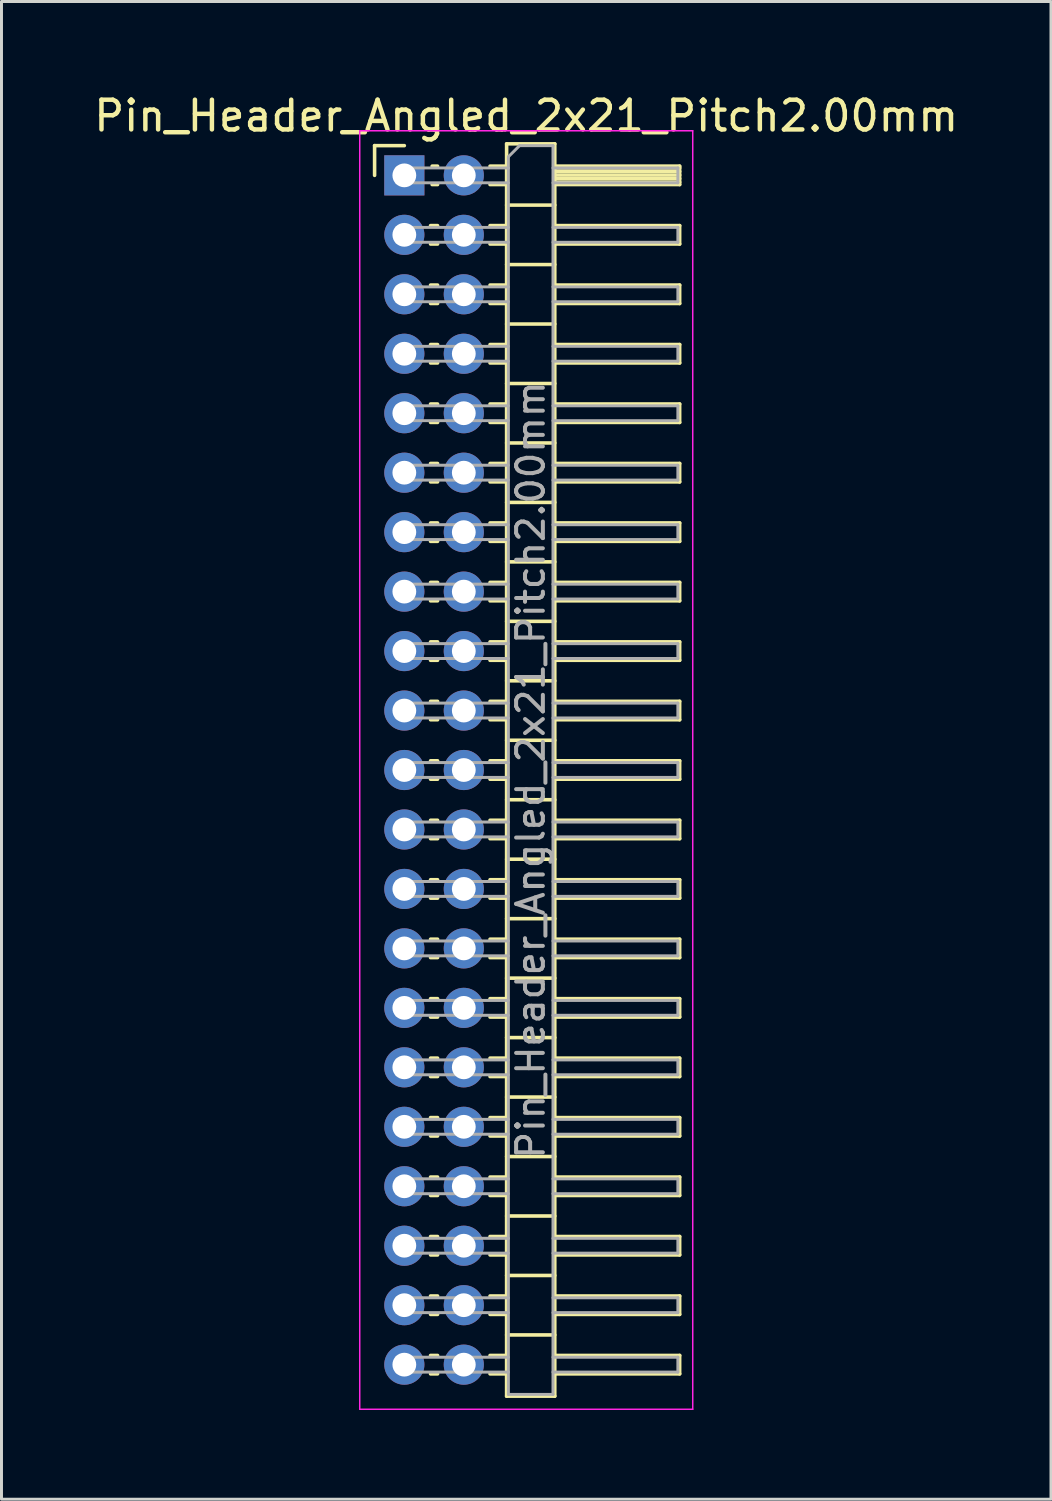
<source format=kicad_pcb>
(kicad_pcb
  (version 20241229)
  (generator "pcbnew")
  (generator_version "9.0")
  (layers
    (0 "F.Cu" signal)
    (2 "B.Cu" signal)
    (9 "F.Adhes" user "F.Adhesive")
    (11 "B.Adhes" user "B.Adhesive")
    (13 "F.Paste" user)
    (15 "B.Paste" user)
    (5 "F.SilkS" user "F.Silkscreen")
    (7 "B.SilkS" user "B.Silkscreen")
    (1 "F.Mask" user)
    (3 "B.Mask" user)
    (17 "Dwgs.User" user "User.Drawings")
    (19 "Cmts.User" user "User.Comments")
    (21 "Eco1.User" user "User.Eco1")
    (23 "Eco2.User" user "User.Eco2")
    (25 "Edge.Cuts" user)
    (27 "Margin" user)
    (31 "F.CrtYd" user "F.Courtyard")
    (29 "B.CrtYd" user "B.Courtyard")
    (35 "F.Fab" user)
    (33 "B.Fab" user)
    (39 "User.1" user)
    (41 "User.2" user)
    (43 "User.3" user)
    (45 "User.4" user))
  (footprint "Pin_Header_Angled_2x21_Pitch2.00mm"
    (layer "F.Cu")
    (at 10.549 2.848)
    (property "Reference" "Pin_Header_Angled_2x21_Pitch2.00mm" (at 4.1 -2 0) (layer "F.SilkS") (effects (font (size 1 1) (thickness 0.15))))
    (attr through_hole)
    (fp_line (start -1 -1) (end 0 -1) (stroke (width 0.12) (type solid)) (layer "F.SilkS"))
    (fp_line (start -1 0) (end -1 -1) (stroke (width 0.12) (type solid)) (layer "F.SilkS"))
    (fp_line (start 0.882 1.69) (end 1.118 1.69) (stroke (width 0.12) (type solid)) (layer "F.SilkS"))
    (fp_line (start 0.882 2.31) (end 1.118 2.31) (stroke (width 0.12) (type solid)) (layer "F.SilkS"))
    (fp_line (start 0.882 3.69) (end 1.118 3.69) (stroke (width 0.12) (type solid)) (layer "F.SilkS"))
    (fp_line (start 0.882 4.31) (end 1.118 4.31) (stroke (width 0.12) (type solid)) (layer "F.SilkS"))
    (fp_line (start 0.882 5.69) (end 1.118 5.69) (stroke (width 0.12) (type solid)) (layer "F.SilkS"))
    (fp_line (start 0.882 6.31) (end 1.118 6.31) (stroke (width 0.12) (type solid)) (layer "F.SilkS"))
    (fp_line (start 0.882 7.69) (end 1.118 7.69) (stroke (width 0.12) (type solid)) (layer "F.SilkS"))
    (fp_line (start 0.882 8.31) (end 1.118 8.31) (stroke (width 0.12) (type solid)) (layer "F.SilkS"))
    (fp_line (start 0.882 9.69) (end 1.118 9.69) (stroke (width 0.12) (type solid)) (layer "F.SilkS"))
    (fp_line (start 0.882 10.31) (end 1.118 10.31) (stroke (width 0.12) (type solid)) (layer "F.SilkS"))
    (fp_line (start 0.882 11.69) (end 1.118 11.69) (stroke (width 0.12) (type solid)) (layer "F.SilkS"))
    (fp_line (start 0.882 12.31) (end 1.118 12.31) (stroke (width 0.12) (type solid)) (layer "F.SilkS"))
    (fp_line (start 0.882 13.69) (end 1.118 13.69) (stroke (width 0.12) (type solid)) (layer "F.SilkS"))
    (fp_line (start 0.882 14.31) (end 1.118 14.31) (stroke (width 0.12) (type solid)) (layer "F.SilkS"))
    (fp_line (start 0.882 15.69) (end 1.118 15.69) (stroke (width 0.12) (type solid)) (layer "F.SilkS"))
    (fp_line (start 0.882 16.31) (end 1.118 16.31) (stroke (width 0.12) (type solid)) (layer "F.SilkS"))
    (fp_line (start 0.882 17.69) (end 1.118 17.69) (stroke (width 0.12) (type solid)) (layer "F.SilkS"))
    (fp_line (start 0.882 18.31) (end 1.118 18.31) (stroke (width 0.12) (type solid)) (layer "F.SilkS"))
    (fp_line (start 0.882 19.69) (end 1.118 19.69) (stroke (width 0.12) (type solid)) (layer "F.SilkS"))
    (fp_line (start 0.882 20.31) (end 1.118 20.31) (stroke (width 0.12) (type solid)) (layer "F.SilkS"))
    (fp_line (start 0.882 21.69) (end 1.118 21.69) (stroke (width 0.12) (type solid)) (layer "F.SilkS"))
    (fp_line (start 0.882 22.31) (end 1.118 22.31) (stroke (width 0.12) (type solid)) (layer "F.SilkS"))
    (fp_line (start 0.882 23.69) (end 1.118 23.69) (stroke (width 0.12) (type solid)) (layer "F.SilkS"))
    (fp_line (start 0.882 24.31) (end 1.118 24.31) (stroke (width 0.12) (type solid)) (layer "F.SilkS"))
    (fp_line (start 0.882 25.69) (end 1.118 25.69) (stroke (width 0.12) (type solid)) (layer "F.SilkS"))
    (fp_line (start 0.882 26.31) (end 1.118 26.31) (stroke (width 0.12) (type solid)) (layer "F.SilkS"))
    (fp_line (start 0.882 27.69) (end 1.118 27.69) (stroke (width 0.12) (type solid)) (layer "F.SilkS"))
    (fp_line (start 0.882 28.31) (end 1.118 28.31) (stroke (width 0.12) (type solid)) (layer "F.SilkS"))
    (fp_line (start 0.882 29.69) (end 1.118 29.69) (stroke (width 0.12) (type solid)) (layer "F.SilkS"))
    (fp_line (start 0.882 30.31) (end 1.118 30.31) (stroke (width 0.12) (type solid)) (layer "F.SilkS"))
    (fp_line (start 0.882 31.69) (end 1.118 31.69) (stroke (width 0.12) (type solid)) (layer "F.SilkS"))
    (fp_line (start 0.882 32.31) (end 1.118 32.31) (stroke (width 0.12) (type solid)) (layer "F.SilkS"))
    (fp_line (start 0.882 33.69) (end 1.118 33.69) (stroke (width 0.12) (type solid)) (layer "F.SilkS"))
    (fp_line (start 0.882 34.31) (end 1.118 34.31) (stroke (width 0.12) (type solid)) (layer "F.SilkS"))
    (fp_line (start 0.882 35.69) (end 1.118 35.69) (stroke (width 0.12) (type solid)) (layer "F.SilkS"))
    (fp_line (start 0.882 36.31) (end 1.118 36.31) (stroke (width 0.12) (type solid)) (layer "F.SilkS"))
    (fp_line (start 0.882 37.69) (end 1.118 37.69) (stroke (width 0.12) (type solid)) (layer "F.SilkS"))
    (fp_line (start 0.882 38.31) (end 1.118 38.31) (stroke (width 0.12) (type solid)) (layer "F.SilkS"))
    (fp_line (start 0.882 39.69) (end 1.118 39.69) (stroke (width 0.12) (type solid)) (layer "F.SilkS"))
    (fp_line (start 0.882 40.31) (end 1.118 40.31) (stroke (width 0.12) (type solid)) (layer "F.SilkS"))
    (fp_line (start 0.935 -0.31) (end 1.118 -0.31) (stroke (width 0.12) (type solid)) (layer "F.SilkS"))
    (fp_line (start 0.935 0.31) (end 1.118 0.31) (stroke (width 0.12) (type solid)) (layer "F.SilkS"))
    (fp_line (start 2.882 -0.31) (end 3.44 -0.31) (stroke (width 0.12) (type solid)) (layer "F.SilkS"))
    (fp_line (start 2.882 0.31) (end 3.44 0.31) (stroke (width 0.12) (type solid)) (layer "F.SilkS"))
    (fp_line (start 2.882 1.69) (end 3.44 1.69) (stroke (width 0.12) (type solid)) (layer "F.SilkS"))
    (fp_line (start 2.882 2.31) (end 3.44 2.31) (stroke (width 0.12) (type solid)) (layer "F.SilkS"))
    (fp_line (start 2.882 3.69) (end 3.44 3.69) (stroke (width 0.12) (type solid)) (layer "F.SilkS"))
    (fp_line (start 2.882 4.31) (end 3.44 4.31) (stroke (width 0.12) (type solid)) (layer "F.SilkS"))
    (fp_line (start 2.882 5.69) (end 3.44 5.69) (stroke (width 0.12) (type solid)) (layer "F.SilkS"))
    (fp_line (start 2.882 6.31) (end 3.44 6.31) (stroke (width 0.12) (type solid)) (layer "F.SilkS"))
    (fp_line (start 2.882 7.69) (end 3.44 7.69) (stroke (width 0.12) (type solid)) (layer "F.SilkS"))
    (fp_line (start 2.882 8.31) (end 3.44 8.31) (stroke (width 0.12) (type solid)) (layer "F.SilkS"))
    (fp_line (start 2.882 9.69) (end 3.44 9.69) (stroke (width 0.12) (type solid)) (layer "F.SilkS"))
    (fp_line (start 2.882 10.31) (end 3.44 10.31) (stroke (width 0.12) (type solid)) (layer "F.SilkS"))
    (fp_line (start 2.882 11.69) (end 3.44 11.69) (stroke (width 0.12) (type solid)) (layer "F.SilkS"))
    (fp_line (start 2.882 12.31) (end 3.44 12.31) (stroke (width 0.12) (type solid)) (layer "F.SilkS"))
    (fp_line (start 2.882 13.69) (end 3.44 13.69) (stroke (width 0.12) (type solid)) (layer "F.SilkS"))
    (fp_line (start 2.882 14.31) (end 3.44 14.31) (stroke (width 0.12) (type solid)) (layer "F.SilkS"))
    (fp_line (start 2.882 15.69) (end 3.44 15.69) (stroke (width 0.12) (type solid)) (layer "F.SilkS"))
    (fp_line (start 2.882 16.31) (end 3.44 16.31) (stroke (width 0.12) (type solid)) (layer "F.SilkS"))
    (fp_line (start 2.882 17.69) (end 3.44 17.69) (stroke (width 0.12) (type solid)) (layer "F.SilkS"))
    (fp_line (start 2.882 18.31) (end 3.44 18.31) (stroke (width 0.12) (type solid)) (layer "F.SilkS"))
    (fp_line (start 2.882 19.69) (end 3.44 19.69) (stroke (width 0.12) (type solid)) (layer "F.SilkS"))
    (fp_line (start 2.882 20.31) (end 3.44 20.31) (stroke (width 0.12) (type solid)) (layer "F.SilkS"))
    (fp_line (start 2.882 21.69) (end 3.44 21.69) (stroke (width 0.12) (type solid)) (layer "F.SilkS"))
    (fp_line (start 2.882 22.31) (end 3.44 22.31) (stroke (width 0.12) (type solid)) (layer "F.SilkS"))
    (fp_line (start 2.882 23.69) (end 3.44 23.69) (stroke (width 0.12) (type solid)) (layer "F.SilkS"))
    (fp_line (start 2.882 24.31) (end 3.44 24.31) (stroke (width 0.12) (type solid)) (layer "F.SilkS"))
    (fp_line (start 2.882 25.69) (end 3.44 25.69) (stroke (width 0.12) (type solid)) (layer "F.SilkS"))
    (fp_line (start 2.882 26.31) (end 3.44 26.31) (stroke (width 0.12) (type solid)) (layer "F.SilkS"))
    (fp_line (start 2.882 27.69) (end 3.44 27.69) (stroke (width 0.12) (type solid)) (layer "F.SilkS"))
    (fp_line (start 2.882 28.31) (end 3.44 28.31) (stroke (width 0.12) (type solid)) (layer "F.SilkS"))
    (fp_line (start 2.882 29.69) (end 3.44 29.69) (stroke (width 0.12) (type solid)) (layer "F.SilkS"))
    (fp_line (start 2.882 30.31) (end 3.44 30.31) (stroke (width 0.12) (type solid)) (layer "F.SilkS"))
    (fp_line (start 2.882 31.69) (end 3.44 31.69) (stroke (width 0.12) (type solid)) (layer "F.SilkS"))
    (fp_line (start 2.882 32.31) (end 3.44 32.31) (stroke (width 0.12) (type solid)) (layer "F.SilkS"))
    (fp_line (start 2.882 33.69) (end 3.44 33.69) (stroke (width 0.12) (type solid)) (layer "F.SilkS"))
    (fp_line (start 2.882 34.31) (end 3.44 34.31) (stroke (width 0.12) (type solid)) (layer "F.SilkS"))
    (fp_line (start 2.882 35.69) (end 3.44 35.69) (stroke (width 0.12) (type solid)) (layer "F.SilkS"))
    (fp_line (start 2.882 36.31) (end 3.44 36.31) (stroke (width 0.12) (type solid)) (layer "F.SilkS"))
    (fp_line (start 2.882 37.69) (end 3.44 37.69) (stroke (width 0.12) (type solid)) (layer "F.SilkS"))
    (fp_line (start 2.882 38.31) (end 3.44 38.31) (stroke (width 0.12) (type solid)) (layer "F.SilkS"))
    (fp_line (start 2.882 39.69) (end 3.44 39.69) (stroke (width 0.12) (type solid)) (layer "F.SilkS"))
    (fp_line (start 2.882 40.31) (end 3.44 40.31) (stroke (width 0.12) (type solid)) (layer "F.SilkS"))
    (fp_line (start 3.44 -1.06) (end 3.44 41.06) (stroke (width 0.12) (type solid)) (layer "F.SilkS"))
    (fp_line (start 3.44 1) (end 5.06 1) (stroke (width 0.12) (type solid)) (layer "F.SilkS"))
    (fp_line (start 3.44 3) (end 5.06 3) (stroke (width 0.12) (type solid)) (layer "F.SilkS"))
    (fp_line (start 3.44 5) (end 5.06 5) (stroke (width 0.12) (type solid)) (layer "F.SilkS"))
    (fp_line (start 3.44 7) (end 5.06 7) (stroke (width 0.12) (type solid)) (layer "F.SilkS"))
    (fp_line (start 3.44 9) (end 5.06 9) (stroke (width 0.12) (type solid)) (layer "F.SilkS"))
    (fp_line (start 3.44 11) (end 5.06 11) (stroke (width 0.12) (type solid)) (layer "F.SilkS"))
    (fp_line (start 3.44 13) (end 5.06 13) (stroke (width 0.12) (type solid)) (layer "F.SilkS"))
    (fp_line (start 3.44 15) (end 5.06 15) (stroke (width 0.12) (type solid)) (layer "F.SilkS"))
    (fp_line (start 3.44 17) (end 5.06 17) (stroke (width 0.12) (type solid)) (layer "F.SilkS"))
    (fp_line (start 3.44 19) (end 5.06 19) (stroke (width 0.12) (type solid)) (layer "F.SilkS"))
    (fp_line (start 3.44 21) (end 5.06 21) (stroke (width 0.12) (type solid)) (layer "F.SilkS"))
    (fp_line (start 3.44 23) (end 5.06 23) (stroke (width 0.12) (type solid)) (layer "F.SilkS"))
    (fp_line (start 3.44 25) (end 5.06 25) (stroke (width 0.12) (type solid)) (layer "F.SilkS"))
    (fp_line (start 3.44 27) (end 5.06 27) (stroke (width 0.12) (type solid)) (layer "F.SilkS"))
    (fp_line (start 3.44 29) (end 5.06 29) (stroke (width 0.12) (type solid)) (layer "F.SilkS"))
    (fp_line (start 3.44 31) (end 5.06 31) (stroke (width 0.12) (type solid)) (layer "F.SilkS"))
    (fp_line (start 3.44 33) (end 5.06 33) (stroke (width 0.12) (type solid)) (layer "F.SilkS"))
    (fp_line (start 3.44 35) (end 5.06 35) (stroke (width 0.12) (type solid)) (layer "F.SilkS"))
    (fp_line (start 3.44 37) (end 5.06 37) (stroke (width 0.12) (type solid)) (layer "F.SilkS"))
    (fp_line (start 3.44 39) (end 5.06 39) (stroke (width 0.12) (type solid)) (layer "F.SilkS"))
    (fp_line (start 3.44 41.06) (end 5.06 41.06) (stroke (width 0.12) (type solid)) (layer "F.SilkS"))
    (fp_line (start 5.06 -1.06) (end 3.44 -1.06) (stroke (width 0.12) (type solid)) (layer "F.SilkS"))
    (fp_line (start 5.06 -0.31) (end 9.26 -0.31) (stroke (width 0.12) (type solid)) (layer "F.SilkS"))
    (fp_line (start 5.06 -0.25) (end 9.26 -0.25) (stroke (width 0.12) (type solid)) (layer "F.SilkS"))
    (fp_line (start 5.06 -0.13) (end 9.26 -0.13) (stroke (width 0.12) (type solid)) (layer "F.SilkS"))
    (fp_line (start 5.06 -0.01) (end 9.26 -0.01) (stroke (width 0.12) (type solid)) (layer "F.SilkS"))
    (fp_line (start 5.06 0.11) (end 9.26 0.11) (stroke (width 0.12) (type solid)) (layer "F.SilkS"))
    (fp_line (start 5.06 0.23) (end 9.26 0.23) (stroke (width 0.12) (type solid)) (layer "F.SilkS"))
    (fp_line (start 5.06 1.69) (end 9.26 1.69) (stroke (width 0.12) (type solid)) (layer "F.SilkS"))
    (fp_line (start 5.06 3.69) (end 9.26 3.69) (stroke (width 0.12) (type solid)) (layer "F.SilkS"))
    (fp_line (start 5.06 5.69) (end 9.26 5.69) (stroke (width 0.12) (type solid)) (layer "F.SilkS"))
    (fp_line (start 5.06 7.69) (end 9.26 7.69) (stroke (width 0.12) (type solid)) (layer "F.SilkS"))
    (fp_line (start 5.06 9.69) (end 9.26 9.69) (stroke (width 0.12) (type solid)) (layer "F.SilkS"))
    (fp_line (start 5.06 11.69) (end 9.26 11.69) (stroke (width 0.12) (type solid)) (layer "F.SilkS"))
    (fp_line (start 5.06 13.69) (end 9.26 13.69) (stroke (width 0.12) (type solid)) (layer "F.SilkS"))
    (fp_line (start 5.06 15.69) (end 9.26 15.69) (stroke (width 0.12) (type solid)) (layer "F.SilkS"))
    (fp_line (start 5.06 17.69) (end 9.26 17.69) (stroke (width 0.12) (type solid)) (layer "F.SilkS"))
    (fp_line (start 5.06 19.69) (end 9.26 19.69) (stroke (width 0.12) (type solid)) (layer "F.SilkS"))
    (fp_line (start 5.06 21.69) (end 9.26 21.69) (stroke (width 0.12) (type solid)) (layer "F.SilkS"))
    (fp_line (start 5.06 23.69) (end 9.26 23.69) (stroke (width 0.12) (type solid)) (layer "F.SilkS"))
    (fp_line (start 5.06 25.69) (end 9.26 25.69) (stroke (width 0.12) (type solid)) (layer "F.SilkS"))
    (fp_line (start 5.06 27.69) (end 9.26 27.69) (stroke (width 0.12) (type solid)) (layer "F.SilkS"))
    (fp_line (start 5.06 29.69) (end 9.26 29.69) (stroke (width 0.12) (type solid)) (layer "F.SilkS"))
    (fp_line (start 5.06 31.69) (end 9.26 31.69) (stroke (width 0.12) (type solid)) (layer "F.SilkS"))
    (fp_line (start 5.06 33.69) (end 9.26 33.69) (stroke (width 0.12) (type solid)) (layer "F.SilkS"))
    (fp_line (start 5.06 35.69) (end 9.26 35.69) (stroke (width 0.12) (type solid)) (layer "F.SilkS"))
    (fp_line (start 5.06 37.69) (end 9.26 37.69) (stroke (width 0.12) (type solid)) (layer "F.SilkS"))
    (fp_line (start 5.06 39.69) (end 9.26 39.69) (stroke (width 0.12) (type solid)) (layer "F.SilkS"))
    (fp_line (start 5.06 41.06) (end 5.06 -1.06) (stroke (width 0.12) (type solid)) (layer "F.SilkS"))
    (fp_line (start 9.26 -0.31) (end 9.26 0.31) (stroke (width 0.12) (type solid)) (layer "F.SilkS"))
    (fp_line (start 9.26 0.31) (end 5.06 0.31) (stroke (width 0.12) (type solid)) (layer "F.SilkS"))
    (fp_line (start 9.26 1.69) (end 9.26 2.31) (stroke (width 0.12) (type solid)) (layer "F.SilkS"))
    (fp_line (start 9.26 2.31) (end 5.06 2.31) (stroke (width 0.12) (type solid)) (layer "F.SilkS"))
    (fp_line (start 9.26 3.69) (end 9.26 4.31) (stroke (width 0.12) (type solid)) (layer "F.SilkS"))
    (fp_line (start 9.26 4.31) (end 5.06 4.31) (stroke (width 0.12) (type solid)) (layer "F.SilkS"))
    (fp_line (start 9.26 5.69) (end 9.26 6.31) (stroke (width 0.12) (type solid)) (layer "F.SilkS"))
    (fp_line (start 9.26 6.31) (end 5.06 6.31) (stroke (width 0.12) (type solid)) (layer "F.SilkS"))
    (fp_line (start 9.26 7.69) (end 9.26 8.31) (stroke (width 0.12) (type solid)) (layer "F.SilkS"))
    (fp_line (start 9.26 8.31) (end 5.06 8.31) (stroke (width 0.12) (type solid)) (layer "F.SilkS"))
    (fp_line (start 9.26 9.69) (end 9.26 10.31) (stroke (width 0.12) (type solid)) (layer "F.SilkS"))
    (fp_line (start 9.26 10.31) (end 5.06 10.31) (stroke (width 0.12) (type solid)) (layer "F.SilkS"))
    (fp_line (start 9.26 11.69) (end 9.26 12.31) (stroke (width 0.12) (type solid)) (layer "F.SilkS"))
    (fp_line (start 9.26 12.31) (end 5.06 12.31) (stroke (width 0.12) (type solid)) (layer "F.SilkS"))
    (fp_line (start 9.26 13.69) (end 9.26 14.31) (stroke (width 0.12) (type solid)) (layer "F.SilkS"))
    (fp_line (start 9.26 14.31) (end 5.06 14.31) (stroke (width 0.12) (type solid)) (layer "F.SilkS"))
    (fp_line (start 9.26 15.69) (end 9.26 16.31) (stroke (width 0.12) (type solid)) (layer "F.SilkS"))
    (fp_line (start 9.26 16.31) (end 5.06 16.31) (stroke (width 0.12) (type solid)) (layer "F.SilkS"))
    (fp_line (start 9.26 17.69) (end 9.26 18.31) (stroke (width 0.12) (type solid)) (layer "F.SilkS"))
    (fp_line (start 9.26 18.31) (end 5.06 18.31) (stroke (width 0.12) (type solid)) (layer "F.SilkS"))
    (fp_line (start 9.26 19.69) (end 9.26 20.31) (stroke (width 0.12) (type solid)) (layer "F.SilkS"))
    (fp_line (start 9.26 20.31) (end 5.06 20.31) (stroke (width 0.12) (type solid)) (layer "F.SilkS"))
    (fp_line (start 9.26 21.69) (end 9.26 22.31) (stroke (width 0.12) (type solid)) (layer "F.SilkS"))
    (fp_line (start 9.26 22.31) (end 5.06 22.31) (stroke (width 0.12) (type solid)) (layer "F.SilkS"))
    (fp_line (start 9.26 23.69) (end 9.26 24.31) (stroke (width 0.12) (type solid)) (layer "F.SilkS"))
    (fp_line (start 9.26 24.31) (end 5.06 24.31) (stroke (width 0.12) (type solid)) (layer "F.SilkS"))
    (fp_line (start 9.26 25.69) (end 9.26 26.31) (stroke (width 0.12) (type solid)) (layer "F.SilkS"))
    (fp_line (start 9.26 26.31) (end 5.06 26.31) (stroke (width 0.12) (type solid)) (layer "F.SilkS"))
    (fp_line (start 9.26 27.69) (end 9.26 28.31) (stroke (width 0.12) (type solid)) (layer "F.SilkS"))
    (fp_line (start 9.26 28.31) (end 5.06 28.31) (stroke (width 0.12) (type solid)) (layer "F.SilkS"))
    (fp_line (start 9.26 29.69) (end 9.26 30.31) (stroke (width 0.12) (type solid)) (layer "F.SilkS"))
    (fp_line (start 9.26 30.31) (end 5.06 30.31) (stroke (width 0.12) (type solid)) (layer "F.SilkS"))
    (fp_line (start 9.26 31.69) (end 9.26 32.31) (stroke (width 0.12) (type solid)) (layer "F.SilkS"))
    (fp_line (start 9.26 32.31) (end 5.06 32.31) (stroke (width 0.12) (type solid)) (layer "F.SilkS"))
    (fp_line (start 9.26 33.69) (end 9.26 34.31) (stroke (width 0.12) (type solid)) (layer "F.SilkS"))
    (fp_line (start 9.26 34.31) (end 5.06 34.31) (stroke (width 0.12) (type solid)) (layer "F.SilkS"))
    (fp_line (start 9.26 35.69) (end 9.26 36.31) (stroke (width 0.12) (type solid)) (layer "F.SilkS"))
    (fp_line (start 9.26 36.31) (end 5.06 36.31) (stroke (width 0.12) (type solid)) (layer "F.SilkS"))
    (fp_line (start 9.26 37.69) (end 9.26 38.31) (stroke (width 0.12) (type solid)) (layer "F.SilkS"))
    (fp_line (start 9.26 38.31) (end 5.06 38.31) (stroke (width 0.12) (type solid)) (layer "F.SilkS"))
    (fp_line (start 9.26 39.69) (end 9.26 40.31) (stroke (width 0.12) (type solid)) (layer "F.SilkS"))
    (fp_line (start 9.26 40.31) (end 5.06 40.31) (stroke (width 0.12) (type solid)) (layer "F.SilkS"))
    (fp_line (start -1.5 -1.5) (end -1.5 41.5) (stroke (width 0.05) (type solid)) (layer "F.CrtYd"))
    (fp_line (start -1.5 41.5) (end 9.7 41.5) (stroke (width 0.05) (type solid)) (layer "F.CrtYd"))
    (fp_line (start 9.7 -1.5) (end -1.5 -1.5) (stroke (width 0.05) (type solid)) (layer "F.CrtYd"))
    (fp_line (start 9.7 41.5) (end 9.7 -1.5) (stroke (width 0.05) (type solid)) (layer "F.CrtYd"))
    (fp_line (start -0.25 -0.25) (end -0.25 0.25) (stroke (width 0.1) (type solid)) (layer "F.Fab"))
    (fp_line (start -0.25 -0.25) (end 3.5 -0.25) (stroke (width 0.1) (type solid)) (layer "F.Fab"))
    (fp_line (start -0.25 0.25) (end 3.5 0.25) (stroke (width 0.1) (type solid)) (layer "F.Fab"))
    (fp_line (start -0.25 1.75) (end -0.25 2.25) (stroke (width 0.1) (type solid)) (layer "F.Fab"))
    (fp_line (start -0.25 1.75) (end 3.5 1.75) (stroke (width 0.1) (type solid)) (layer "F.Fab"))
    (fp_line (start -0.25 2.25) (end 3.5 2.25) (stroke (width 0.1) (type solid)) (layer "F.Fab"))
    (fp_line (start -0.25 3.75) (end -0.25 4.25) (stroke (width 0.1) (type solid)) (layer "F.Fab"))
    (fp_line (start -0.25 3.75) (end 3.5 3.75) (stroke (width 0.1) (type solid)) (layer "F.Fab"))
    (fp_line (start -0.25 4.25) (end 3.5 4.25) (stroke (width 0.1) (type solid)) (layer "F.Fab"))
    (fp_line (start -0.25 5.75) (end -0.25 6.25) (stroke (width 0.1) (type solid)) (layer "F.Fab"))
    (fp_line (start -0.25 5.75) (end 3.5 5.75) (stroke (width 0.1) (type solid)) (layer "F.Fab"))
    (fp_line (start -0.25 6.25) (end 3.5 6.25) (stroke (width 0.1) (type solid)) (layer "F.Fab"))
    (fp_line (start -0.25 7.75) (end -0.25 8.25) (stroke (width 0.1) (type solid)) (layer "F.Fab"))
    (fp_line (start -0.25 7.75) (end 3.5 7.75) (stroke (width 0.1) (type solid)) (layer "F.Fab"))
    (fp_line (start -0.25 8.25) (end 3.5 8.25) (stroke (width 0.1) (type solid)) (layer "F.Fab"))
    (fp_line (start -0.25 9.75) (end -0.25 10.25) (stroke (width 0.1) (type solid)) (layer "F.Fab"))
    (fp_line (start -0.25 9.75) (end 3.5 9.75) (stroke (width 0.1) (type solid)) (layer "F.Fab"))
    (fp_line (start -0.25 10.25) (end 3.5 10.25) (stroke (width 0.1) (type solid)) (layer "F.Fab"))
    (fp_line (start -0.25 11.75) (end -0.25 12.25) (stroke (width 0.1) (type solid)) (layer "F.Fab"))
    (fp_line (start -0.25 11.75) (end 3.5 11.75) (stroke (width 0.1) (type solid)) (layer "F.Fab"))
    (fp_line (start -0.25 12.25) (end 3.5 12.25) (stroke (width 0.1) (type solid)) (layer "F.Fab"))
    (fp_line (start -0.25 13.75) (end -0.25 14.25) (stroke (width 0.1) (type solid)) (layer "F.Fab"))
    (fp_line (start -0.25 13.75) (end 3.5 13.75) (stroke (width 0.1) (type solid)) (layer "F.Fab"))
    (fp_line (start -0.25 14.25) (end 3.5 14.25) (stroke (width 0.1) (type solid)) (layer "F.Fab"))
    (fp_line (start -0.25 15.75) (end -0.25 16.25) (stroke (width 0.1) (type solid)) (layer "F.Fab"))
    (fp_line (start -0.25 15.75) (end 3.5 15.75) (stroke (width 0.1) (type solid)) (layer "F.Fab"))
    (fp_line (start -0.25 16.25) (end 3.5 16.25) (stroke (width 0.1) (type solid)) (layer "F.Fab"))
    (fp_line (start -0.25 17.75) (end -0.25 18.25) (stroke (width 0.1) (type solid)) (layer "F.Fab"))
    (fp_line (start -0.25 17.75) (end 3.5 17.75) (stroke (width 0.1) (type solid)) (layer "F.Fab"))
    (fp_line (start -0.25 18.25) (end 3.5 18.25) (stroke (width 0.1) (type solid)) (layer "F.Fab"))
    (fp_line (start -0.25 19.75) (end -0.25 20.25) (stroke (width 0.1) (type solid)) (layer "F.Fab"))
    (fp_line (start -0.25 19.75) (end 3.5 19.75) (stroke (width 0.1) (type solid)) (layer "F.Fab"))
    (fp_line (start -0.25 20.25) (end 3.5 20.25) (stroke (width 0.1) (type solid)) (layer "F.Fab"))
    (fp_line (start -0.25 21.75) (end -0.25 22.25) (stroke (width 0.1) (type solid)) (layer "F.Fab"))
    (fp_line (start -0.25 21.75) (end 3.5 21.75) (stroke (width 0.1) (type solid)) (layer "F.Fab"))
    (fp_line (start -0.25 22.25) (end 3.5 22.25) (stroke (width 0.1) (type solid)) (layer "F.Fab"))
    (fp_line (start -0.25 23.75) (end -0.25 24.25) (stroke (width 0.1) (type solid)) (layer "F.Fab"))
    (fp_line (start -0.25 23.75) (end 3.5 23.75) (stroke (width 0.1) (type solid)) (layer "F.Fab"))
    (fp_line (start -0.25 24.25) (end 3.5 24.25) (stroke (width 0.1) (type solid)) (layer "F.Fab"))
    (fp_line (start -0.25 25.75) (end -0.25 26.25) (stroke (width 0.1) (type solid)) (layer "F.Fab"))
    (fp_line (start -0.25 25.75) (end 3.5 25.75) (stroke (width 0.1) (type solid)) (layer "F.Fab"))
    (fp_line (start -0.25 26.25) (end 3.5 26.25) (stroke (width 0.1) (type solid)) (layer "F.Fab"))
    (fp_line (start -0.25 27.75) (end -0.25 28.25) (stroke (width 0.1) (type solid)) (layer "F.Fab"))
    (fp_line (start -0.25 27.75) (end 3.5 27.75) (stroke (width 0.1) (type solid)) (layer "F.Fab"))
    (fp_line (start -0.25 28.25) (end 3.5 28.25) (stroke (width 0.1) (type solid)) (layer "F.Fab"))
    (fp_line (start -0.25 29.75) (end -0.25 30.25) (stroke (width 0.1) (type solid)) (layer "F.Fab"))
    (fp_line (start -0.25 29.75) (end 3.5 29.75) (stroke (width 0.1) (type solid)) (layer "F.Fab"))
    (fp_line (start -0.25 30.25) (end 3.5 30.25) (stroke (width 0.1) (type solid)) (layer "F.Fab"))
    (fp_line (start -0.25 31.75) (end -0.25 32.25) (stroke (width 0.1) (type solid)) (layer "F.Fab"))
    (fp_line (start -0.25 31.75) (end 3.5 31.75) (stroke (width 0.1) (type solid)) (layer "F.Fab"))
    (fp_line (start -0.25 32.25) (end 3.5 32.25) (stroke (width 0.1) (type solid)) (layer "F.Fab"))
    (fp_line (start -0.25 33.75) (end -0.25 34.25) (stroke (width 0.1) (type solid)) (layer "F.Fab"))
    (fp_line (start -0.25 33.75) (end 3.5 33.75) (stroke (width 0.1) (type solid)) (layer "F.Fab"))
    (fp_line (start -0.25 34.25) (end 3.5 34.25) (stroke (width 0.1) (type solid)) (layer "F.Fab"))
    (fp_line (start -0.25 35.75) (end -0.25 36.25) (stroke (width 0.1) (type solid)) (layer "F.Fab"))
    (fp_line (start -0.25 35.75) (end 3.5 35.75) (stroke (width 0.1) (type solid)) (layer "F.Fab"))
    (fp_line (start -0.25 36.25) (end 3.5 36.25) (stroke (width 0.1) (type solid)) (layer "F.Fab"))
    (fp_line (start -0.25 37.75) (end -0.25 38.25) (stroke (width 0.1) (type solid)) (layer "F.Fab"))
    (fp_line (start -0.25 37.75) (end 3.5 37.75) (stroke (width 0.1) (type solid)) (layer "F.Fab"))
    (fp_line (start -0.25 38.25) (end 3.5 38.25) (stroke (width 0.1) (type solid)) (layer "F.Fab"))
    (fp_line (start -0.25 39.75) (end -0.25 40.25) (stroke (width 0.1) (type solid)) (layer "F.Fab"))
    (fp_line (start -0.25 39.75) (end 3.5 39.75) (stroke (width 0.1) (type solid)) (layer "F.Fab"))
    (fp_line (start -0.25 40.25) (end 3.5 40.25) (stroke (width 0.1) (type solid)) (layer "F.Fab"))
    (fp_line (start 3.5 -0.625) (end 3.875 -1) (stroke (width 0.1) (type solid)) (layer "F.Fab"))
    (fp_line (start 3.5 41) (end 3.5 -0.625) (stroke (width 0.1) (type solid)) (layer "F.Fab"))
    (fp_line (start 3.875 -1) (end 5 -1) (stroke (width 0.1) (type solid)) (layer "F.Fab"))
    (fp_line (start 5 -1) (end 5 41) (stroke (width 0.1) (type solid)) (layer "F.Fab"))
    (fp_line (start 5 -0.25) (end 9.2 -0.25) (stroke (width 0.1) (type solid)) (layer "F.Fab"))
    (fp_line (start 5 0.25) (end 9.2 0.25) (stroke (width 0.1) (type solid)) (layer "F.Fab"))
    (fp_line (start 5 1.75) (end 9.2 1.75) (stroke (width 0.1) (type solid)) (layer "F.Fab"))
    (fp_line (start 5 2.25) (end 9.2 2.25) (stroke (width 0.1) (type solid)) (layer "F.Fab"))
    (fp_line (start 5 3.75) (end 9.2 3.75) (stroke (width 0.1) (type solid)) (layer "F.Fab"))
    (fp_line (start 5 4.25) (end 9.2 4.25) (stroke (width 0.1) (type solid)) (layer "F.Fab"))
    (fp_line (start 5 5.75) (end 9.2 5.75) (stroke (width 0.1) (type solid)) (layer "F.Fab"))
    (fp_line (start 5 6.25) (end 9.2 6.25) (stroke (width 0.1) (type solid)) (layer "F.Fab"))
    (fp_line (start 5 7.75) (end 9.2 7.75) (stroke (width 0.1) (type solid)) (layer "F.Fab"))
    (fp_line (start 5 8.25) (end 9.2 8.25) (stroke (width 0.1) (type solid)) (layer "F.Fab"))
    (fp_line (start 5 9.75) (end 9.2 9.75) (stroke (width 0.1) (type solid)) (layer "F.Fab"))
    (fp_line (start 5 10.25) (end 9.2 10.25) (stroke (width 0.1) (type solid)) (layer "F.Fab"))
    (fp_line (start 5 11.75) (end 9.2 11.75) (stroke (width 0.1) (type solid)) (layer "F.Fab"))
    (fp_line (start 5 12.25) (end 9.2 12.25) (stroke (width 0.1) (type solid)) (layer "F.Fab"))
    (fp_line (start 5 13.75) (end 9.2 13.75) (stroke (width 0.1) (type solid)) (layer "F.Fab"))
    (fp_line (start 5 14.25) (end 9.2 14.25) (stroke (width 0.1) (type solid)) (layer "F.Fab"))
    (fp_line (start 5 15.75) (end 9.2 15.75) (stroke (width 0.1) (type solid)) (layer "F.Fab"))
    (fp_line (start 5 16.25) (end 9.2 16.25) (stroke (width 0.1) (type solid)) (layer "F.Fab"))
    (fp_line (start 5 17.75) (end 9.2 17.75) (stroke (width 0.1) (type solid)) (layer "F.Fab"))
    (fp_line (start 5 18.25) (end 9.2 18.25) (stroke (width 0.1) (type solid)) (layer "F.Fab"))
    (fp_line (start 5 19.75) (end 9.2 19.75) (stroke (width 0.1) (type solid)) (layer "F.Fab"))
    (fp_line (start 5 20.25) (end 9.2 20.25) (stroke (width 0.1) (type solid)) (layer "F.Fab"))
    (fp_line (start 5 21.75) (end 9.2 21.75) (stroke (width 0.1) (type solid)) (layer "F.Fab"))
    (fp_line (start 5 22.25) (end 9.2 22.25) (stroke (width 0.1) (type solid)) (layer "F.Fab"))
    (fp_line (start 5 23.75) (end 9.2 23.75) (stroke (width 0.1) (type solid)) (layer "F.Fab"))
    (fp_line (start 5 24.25) (end 9.2 24.25) (stroke (width 0.1) (type solid)) (layer "F.Fab"))
    (fp_line (start 5 25.75) (end 9.2 25.75) (stroke (width 0.1) (type solid)) (layer "F.Fab"))
    (fp_line (start 5 26.25) (end 9.2 26.25) (stroke (width 0.1) (type solid)) (layer "F.Fab"))
    (fp_line (start 5 27.75) (end 9.2 27.75) (stroke (width 0.1) (type solid)) (layer "F.Fab"))
    (fp_line (start 5 28.25) (end 9.2 28.25) (stroke (width 0.1) (type solid)) (layer "F.Fab"))
    (fp_line (start 5 29.75) (end 9.2 29.75) (stroke (width 0.1) (type solid)) (layer "F.Fab"))
    (fp_line (start 5 30.25) (end 9.2 30.25) (stroke (width 0.1) (type solid)) (layer "F.Fab"))
    (fp_line (start 5 31.75) (end 9.2 31.75) (stroke (width 0.1) (type solid)) (layer "F.Fab"))
    (fp_line (start 5 32.25) (end 9.2 32.25) (stroke (width 0.1) (type solid)) (layer "F.Fab"))
    (fp_line (start 5 33.75) (end 9.2 33.75) (stroke (width 0.1) (type solid)) (layer "F.Fab"))
    (fp_line (start 5 34.25) (end 9.2 34.25) (stroke (width 0.1) (type solid)) (layer "F.Fab"))
    (fp_line (start 5 35.75) (end 9.2 35.75) (stroke (width 0.1) (type solid)) (layer "F.Fab"))
    (fp_line (start 5 36.25) (end 9.2 36.25) (stroke (width 0.1) (type solid)) (layer "F.Fab"))
    (fp_line (start 5 37.75) (end 9.2 37.75) (stroke (width 0.1) (type solid)) (layer "F.Fab"))
    (fp_line (start 5 38.25) (end 9.2 38.25) (stroke (width 0.1) (type solid)) (layer "F.Fab"))
    (fp_line (start 5 39.75) (end 9.2 39.75) (stroke (width 0.1) (type solid)) (layer "F.Fab"))
    (fp_line (start 5 40.25) (end 9.2 40.25) (stroke (width 0.1) (type solid)) (layer "F.Fab"))
    (fp_line (start 5 41) (end 3.5 41) (stroke (width 0.1) (type solid)) (layer "F.Fab"))
    (fp_line (start 9.2 -0.25) (end 9.2 0.25) (stroke (width 0.1) (type solid)) (layer "F.Fab"))
    (fp_line (start 9.2 1.75) (end 9.2 2.25) (stroke (width 0.1) (type solid)) (layer "F.Fab"))
    (fp_line (start 9.2 3.75) (end 9.2 4.25) (stroke (width 0.1) (type solid)) (layer "F.Fab"))
    (fp_line (start 9.2 5.75) (end 9.2 6.25) (stroke (width 0.1) (type solid)) (layer "F.Fab"))
    (fp_line (start 9.2 7.75) (end 9.2 8.25) (stroke (width 0.1) (type solid)) (layer "F.Fab"))
    (fp_line (start 9.2 9.75) (end 9.2 10.25) (stroke (width 0.1) (type solid)) (layer "F.Fab"))
    (fp_line (start 9.2 11.75) (end 9.2 12.25) (stroke (width 0.1) (type solid)) (layer "F.Fab"))
    (fp_line (start 9.2 13.75) (end 9.2 14.25) (stroke (width 0.1) (type solid)) (layer "F.Fab"))
    (fp_line (start 9.2 15.75) (end 9.2 16.25) (stroke (width 0.1) (type solid)) (layer "F.Fab"))
    (fp_line (start 9.2 17.75) (end 9.2 18.25) (stroke (width 0.1) (type solid)) (layer "F.Fab"))
    (fp_line (start 9.2 19.75) (end 9.2 20.25) (stroke (width 0.1) (type solid)) (layer "F.Fab"))
    (fp_line (start 9.2 21.75) (end 9.2 22.25) (stroke (width 0.1) (type solid)) (layer "F.Fab"))
    (fp_line (start 9.2 23.75) (end 9.2 24.25) (stroke (width 0.1) (type solid)) (layer "F.Fab"))
    (fp_line (start 9.2 25.75) (end 9.2 26.25) (stroke (width 0.1) (type solid)) (layer "F.Fab"))
    (fp_line (start 9.2 27.75) (end 9.2 28.25) (stroke (width 0.1) (type solid)) (layer "F.Fab"))
    (fp_line (start 9.2 29.75) (end 9.2 30.25) (stroke (width 0.1) (type solid)) (layer "F.Fab"))
    (fp_line (start 9.2 31.75) (end 9.2 32.25) (stroke (width 0.1) (type solid)) (layer "F.Fab"))
    (fp_line (start 9.2 33.75) (end 9.2 34.25) (stroke (width 0.1) (type solid)) (layer "F.Fab"))
    (fp_line (start 9.2 35.75) (end 9.2 36.25) (stroke (width 0.1) (type solid)) (layer "F.Fab"))
    (fp_line (start 9.2 37.75) (end 9.2 38.25) (stroke (width 0.1) (type solid)) (layer "F.Fab"))
    (fp_line (start 9.2 39.75) (end 9.2 40.25) (stroke (width 0.1) (type solid)) (layer "F.Fab"))
    (fp_text user "${REFERENCE}" (at 4.25 20 90) (layer "F.Fab") (effects (font (size 0.9 0.9) (thickness 0.135))))
    (pad "1" thru_hole rect (at 0 0) (size 1.35 1.35) (drill 0.8) (layers "*.Cu" "*.Mask"))
    (pad "2" thru_hole oval (at 2 0) (size 1.35 1.35) (drill 0.8) (layers "*.Cu" "*.Mask"))
    (pad "3" thru_hole oval (at 0 2) (size 1.35 1.35) (drill 0.8) (layers "*.Cu" "*.Mask"))
    (pad "4" thru_hole oval (at 2 2) (size 1.35 1.35) (drill 0.8) (layers "*.Cu" "*.Mask"))
    (pad "5" thru_hole oval (at 0 4) (size 1.35 1.35) (drill 0.8) (layers "*.Cu" "*.Mask"))
    (pad "6" thru_hole oval (at 2 4) (size 1.35 1.35) (drill 0.8) (layers "*.Cu" "*.Mask"))
    (pad "7" thru_hole oval (at 0 6) (size 1.35 1.35) (drill 0.8) (layers "*.Cu" "*.Mask"))
    (pad "8" thru_hole oval (at 2 6) (size 1.35 1.35) (drill 0.8) (layers "*.Cu" "*.Mask"))
    (pad "9" thru_hole oval (at 0 8) (size 1.35 1.35) (drill 0.8) (layers "*.Cu" "*.Mask"))
    (pad "10" thru_hole oval (at 2 8) (size 1.35 1.35) (drill 0.8) (layers "*.Cu" "*.Mask"))
    (pad "11" thru_hole oval (at 0 10) (size 1.35 1.35) (drill 0.8) (layers "*.Cu" "*.Mask"))
    (pad "12" thru_hole oval (at 2 10) (size 1.35 1.35) (drill 0.8) (layers "*.Cu" "*.Mask"))
    (pad "13" thru_hole oval (at 0 12) (size 1.35 1.35) (drill 0.8) (layers "*.Cu" "*.Mask"))
    (pad "14" thru_hole oval (at 2 12) (size 1.35 1.35) (drill 0.8) (layers "*.Cu" "*.Mask"))
    (pad "15" thru_hole oval (at 0 14) (size 1.35 1.35) (drill 0.8) (layers "*.Cu" "*.Mask"))
    (pad "16" thru_hole oval (at 2 14) (size 1.35 1.35) (drill 0.8) (layers "*.Cu" "*.Mask"))
    (pad "17" thru_hole oval (at 0 16) (size 1.35 1.35) (drill 0.8) (layers "*.Cu" "*.Mask"))
    (pad "18" thru_hole oval (at 2 16) (size 1.35 1.35) (drill 0.8) (layers "*.Cu" "*.Mask"))
    (pad "19" thru_hole oval (at 0 18) (size 1.35 1.35) (drill 0.8) (layers "*.Cu" "*.Mask"))
    (pad "20" thru_hole oval (at 2 18) (size 1.35 1.35) (drill 0.8) (layers "*.Cu" "*.Mask"))
    (pad "21" thru_hole oval (at 0 20) (size 1.35 1.35) (drill 0.8) (layers "*.Cu" "*.Mask"))
    (pad "22" thru_hole oval (at 2 20) (size 1.35 1.35) (drill 0.8) (layers "*.Cu" "*.Mask"))
    (pad "23" thru_hole oval (at 0 22) (size 1.35 1.35) (drill 0.8) (layers "*.Cu" "*.Mask"))
    (pad "24" thru_hole oval (at 2 22) (size 1.35 1.35) (drill 0.8) (layers "*.Cu" "*.Mask"))
    (pad "25" thru_hole oval (at 0 24) (size 1.35 1.35) (drill 0.8) (layers "*.Cu" "*.Mask"))
    (pad "26" thru_hole oval (at 2 24) (size 1.35 1.35) (drill 0.8) (layers "*.Cu" "*.Mask"))
    (pad "27" thru_hole oval (at 0 26) (size 1.35 1.35) (drill 0.8) (layers "*.Cu" "*.Mask"))
    (pad "28" thru_hole oval (at 2 26) (size 1.35 1.35) (drill 0.8) (layers "*.Cu" "*.Mask"))
    (pad "29" thru_hole oval (at 0 28) (size 1.35 1.35) (drill 0.8) (layers "*.Cu" "*.Mask"))
    (pad "30" thru_hole oval (at 2 28) (size 1.35 1.35) (drill 0.8) (layers "*.Cu" "*.Mask"))
    (pad "31" thru_hole oval (at 0 30) (size 1.35 1.35) (drill 0.8) (layers "*.Cu" "*.Mask"))
    (pad "32" thru_hole oval (at 2 30) (size 1.35 1.35) (drill 0.8) (layers "*.Cu" "*.Mask"))
    (pad "33" thru_hole oval (at 0 32) (size 1.35 1.35) (drill 0.8) (layers "*.Cu" "*.Mask"))
    (pad "34" thru_hole oval (at 2 32) (size 1.35 1.35) (drill 0.8) (layers "*.Cu" "*.Mask"))
    (pad "35" thru_hole oval (at 0 34) (size 1.35 1.35) (drill 0.8) (layers "*.Cu" "*.Mask"))
    (pad "36" thru_hole oval (at 2 34) (size 1.35 1.35) (drill 0.8) (layers "*.Cu" "*.Mask"))
    (pad "37" thru_hole oval (at 0 36) (size 1.35 1.35) (drill 0.8) (layers "*.Cu" "*.Mask"))
    (pad "38" thru_hole oval (at 2 36) (size 1.35 1.35) (drill 0.8) (layers "*.Cu" "*.Mask"))
    (pad "39" thru_hole oval (at 0 38) (size 1.35 1.35) (drill 0.8) (layers "*.Cu" "*.Mask"))
    (pad "40" thru_hole oval (at 2 38) (size 1.35 1.35) (drill 0.8) (layers "*.Cu" "*.Mask"))
    (pad "41" thru_hole oval (at 0 40) (size 1.35 1.35) (drill 0.8) (layers "*.Cu" "*.Mask"))
    (pad "42" thru_hole oval (at 2 40) (size 1.35 1.35) (drill 0.8) (layers "*.Cu" "*.Mask")))
  (gr_rect
    (start -3 -3)
    (end 32.298 47.373)
    (stroke (width 0.1) (type default))
    (fill no)
    (layer "Edge.Cuts")))
</source>
